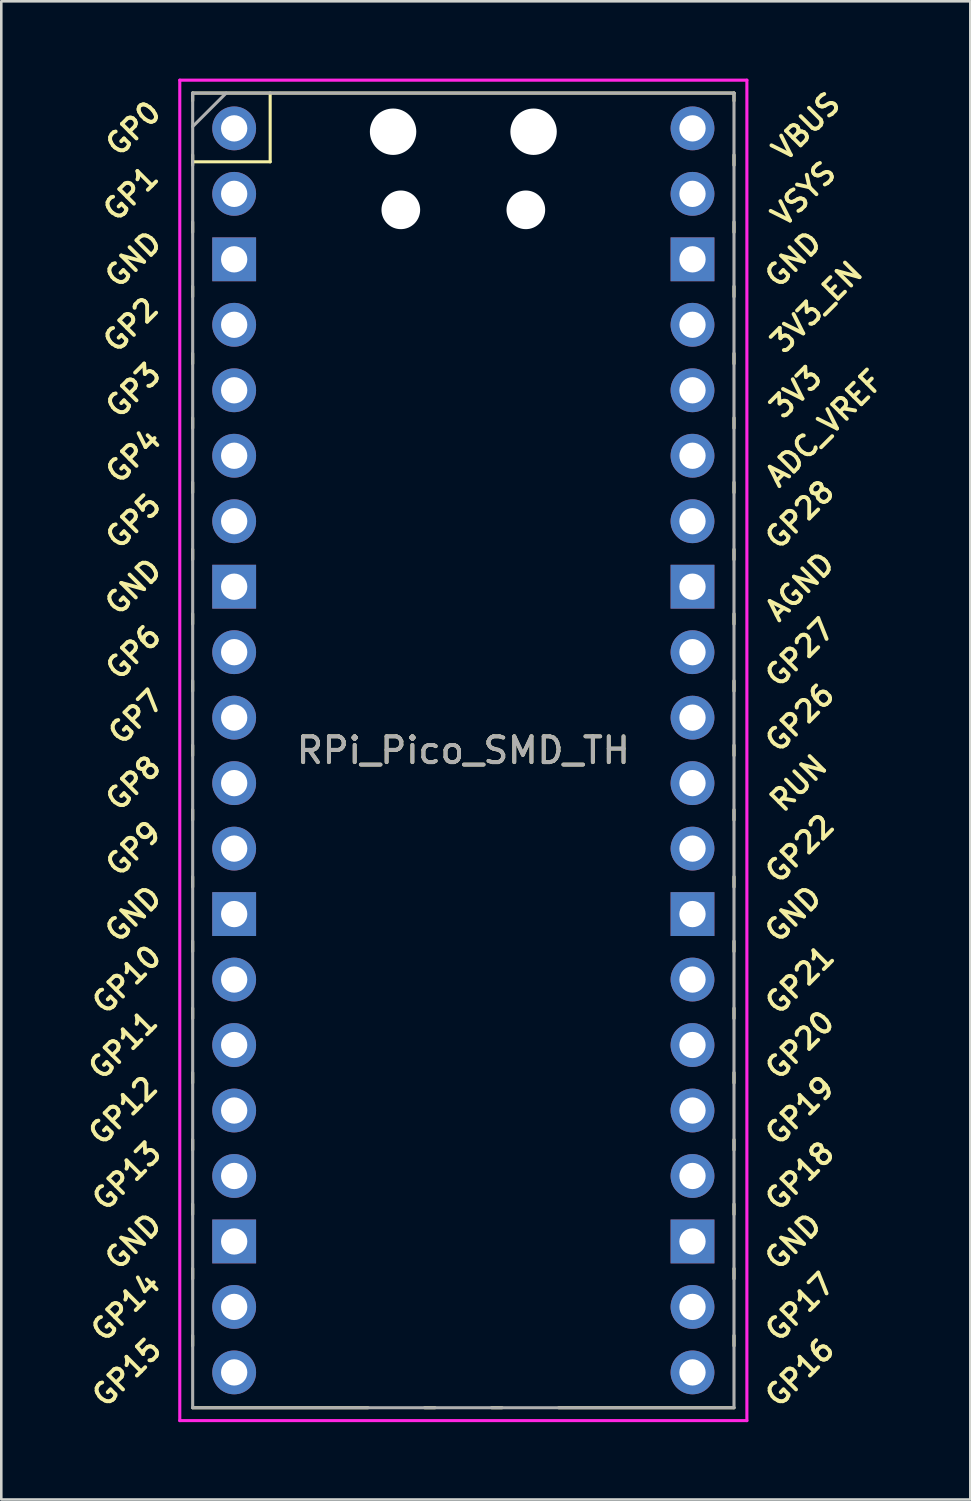
<source format=kicad_pcb>
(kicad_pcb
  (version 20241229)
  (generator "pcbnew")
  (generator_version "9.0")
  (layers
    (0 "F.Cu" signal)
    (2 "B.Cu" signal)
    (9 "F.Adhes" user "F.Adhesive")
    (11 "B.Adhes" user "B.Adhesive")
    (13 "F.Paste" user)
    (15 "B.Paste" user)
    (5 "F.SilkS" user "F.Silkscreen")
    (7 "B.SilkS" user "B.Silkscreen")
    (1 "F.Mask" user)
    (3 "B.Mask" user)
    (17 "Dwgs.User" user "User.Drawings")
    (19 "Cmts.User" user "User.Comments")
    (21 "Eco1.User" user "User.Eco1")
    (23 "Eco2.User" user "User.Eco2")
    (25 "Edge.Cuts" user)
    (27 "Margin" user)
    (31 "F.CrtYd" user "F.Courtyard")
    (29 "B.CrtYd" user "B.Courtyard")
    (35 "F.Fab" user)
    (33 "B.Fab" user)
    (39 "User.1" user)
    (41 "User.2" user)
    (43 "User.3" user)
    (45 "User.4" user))
  (footprint "RPi_Pico_SMD_TH"
    (layer "F.Cu")
    (at 14.924 26.06)
    (property "Reference" "RPi_Pico_SMD_TH" (at 0 0 0) (layer "F.SilkS") (effects (font (size 1 1) (thickness 0.15))))
    (attr through_hole)
    (fp_line (start -10.5 -25.5) (end -10.5 -25.2) (stroke (width 0.12) (type solid)) (layer "F.SilkS"))
    (fp_line (start -10.5 -25.5) (end 10.5 -25.5) (stroke (width 0.12) (type solid)) (layer "F.SilkS"))
    (fp_line (start -10.5 -23.1) (end -10.5 -22.7) (stroke (width 0.12) (type solid)) (layer "F.SilkS"))
    (fp_line (start -10.5 -22.833) (end -7.493 -22.833) (stroke (width 0.12) (type solid)) (layer "F.SilkS"))
    (fp_line (start -10.5 -20.5) (end -10.5 -20.1) (stroke (width 0.12) (type solid)) (layer "F.SilkS"))
    (fp_line (start -10.5 -18) (end -10.5 -17.6) (stroke (width 0.12) (type solid)) (layer "F.SilkS"))
    (fp_line (start -10.5 -15.4) (end -10.5 -15) (stroke (width 0.12) (type solid)) (layer "F.SilkS"))
    (fp_line (start -10.5 -12.9) (end -10.5 -12.5) (stroke (width 0.12) (type solid)) (layer "F.SilkS"))
    (fp_line (start -10.5 -10.4) (end -10.5 -10) (stroke (width 0.12) (type solid)) (layer "F.SilkS"))
    (fp_line (start -10.5 -7.8) (end -10.5 -7.4) (stroke (width 0.12) (type solid)) (layer "F.SilkS"))
    (fp_line (start -10.5 -5.3) (end -10.5 -4.9) (stroke (width 0.12) (type solid)) (layer "F.SilkS"))
    (fp_line (start -10.5 -2.7) (end -10.5 -2.3) (stroke (width 0.12) (type solid)) (layer "F.SilkS"))
    (fp_line (start -10.5 -0.2) (end -10.5 0.2) (stroke (width 0.12) (type solid)) (layer "F.SilkS"))
    (fp_line (start -10.5 2.3) (end -10.5 2.7) (stroke (width 0.12) (type solid)) (layer "F.SilkS"))
    (fp_line (start -10.5 4.9) (end -10.5 5.3) (stroke (width 0.12) (type solid)) (layer "F.SilkS"))
    (fp_line (start -10.5 7.4) (end -10.5 7.8) (stroke (width 0.12) (type solid)) (layer "F.SilkS"))
    (fp_line (start -10.5 10) (end -10.5 10.4) (stroke (width 0.12) (type solid)) (layer "F.SilkS"))
    (fp_line (start -10.5 12.5) (end -10.5 12.9) (stroke (width 0.12) (type solid)) (layer "F.SilkS"))
    (fp_line (start -10.5 15.1) (end -10.5 15.5) (stroke (width 0.12) (type solid)) (layer "F.SilkS"))
    (fp_line (start -10.5 17.6) (end -10.5 18) (stroke (width 0.12) (type solid)) (layer "F.SilkS"))
    (fp_line (start -10.5 20.1) (end -10.5 20.5) (stroke (width 0.12) (type solid)) (layer "F.SilkS"))
    (fp_line (start -10.5 22.7) (end -10.5 23.1) (stroke (width 0.12) (type solid)) (layer "F.SilkS"))
    (fp_line (start -7.493 -22.833) (end -7.493 -25.5) (stroke (width 0.12) (type solid)) (layer "F.SilkS"))
    (fp_line (start -3.7 25.5) (end -10.5 25.5) (stroke (width 0.12) (type solid)) (layer "F.SilkS"))
    (fp_line (start -1.5 25.5) (end -1.1 25.5) (stroke (width 0.12) (type solid)) (layer "F.SilkS"))
    (fp_line (start 1.1 25.5) (end 1.5 25.5) (stroke (width 0.12) (type solid)) (layer "F.SilkS"))
    (fp_line (start 10.5 -25.5) (end 10.5 -25.2) (stroke (width 0.12) (type solid)) (layer "F.SilkS"))
    (fp_line (start 10.5 -23.1) (end 10.5 -22.7) (stroke (width 0.12) (type solid)) (layer "F.SilkS"))
    (fp_line (start 10.5 -20.5) (end 10.5 -20.1) (stroke (width 0.12) (type solid)) (layer "F.SilkS"))
    (fp_line (start 10.5 -18) (end 10.5 -17.6) (stroke (width 0.12) (type solid)) (layer "F.SilkS"))
    (fp_line (start 10.5 -15.4) (end 10.5 -15) (stroke (width 0.12) (type solid)) (layer "F.SilkS"))
    (fp_line (start 10.5 -12.9) (end 10.5 -12.5) (stroke (width 0.12) (type solid)) (layer "F.SilkS"))
    (fp_line (start 10.5 -10.4) (end 10.5 -10) (stroke (width 0.12) (type solid)) (layer "F.SilkS"))
    (fp_line (start 10.5 -7.8) (end 10.5 -7.4) (stroke (width 0.12) (type solid)) (layer "F.SilkS"))
    (fp_line (start 10.5 -5.3) (end 10.5 -4.9) (stroke (width 0.12) (type solid)) (layer "F.SilkS"))
    (fp_line (start 10.5 -2.7) (end 10.5 -2.3) (stroke (width 0.12) (type solid)) (layer "F.SilkS"))
    (fp_line (start 10.5 -0.2) (end 10.5 0.2) (stroke (width 0.12) (type solid)) (layer "F.SilkS"))
    (fp_line (start 10.5 2.3) (end 10.5 2.7) (stroke (width 0.12) (type solid)) (layer "F.SilkS"))
    (fp_line (start 10.5 4.9) (end 10.5 5.3) (stroke (width 0.12) (type solid)) (layer "F.SilkS"))
    (fp_line (start 10.5 7.4) (end 10.5 7.8) (stroke (width 0.12) (type solid)) (layer "F.SilkS"))
    (fp_line (start 10.5 10) (end 10.5 10.4) (stroke (width 0.12) (type solid)) (layer "F.SilkS"))
    (fp_line (start 10.5 12.5) (end 10.5 12.9) (stroke (width 0.12) (type solid)) (layer "F.SilkS"))
    (fp_line (start 10.5 15.1) (end 10.5 15.5) (stroke (width 0.12) (type solid)) (layer "F.SilkS"))
    (fp_line (start 10.5 17.6) (end 10.5 18) (stroke (width 0.12) (type solid)) (layer "F.SilkS"))
    (fp_line (start 10.5 20.1) (end 10.5 20.5) (stroke (width 0.12) (type solid)) (layer "F.SilkS"))
    (fp_line (start 10.5 22.7) (end 10.5 23.1) (stroke (width 0.12) (type solid)) (layer "F.SilkS"))
    (fp_line (start 10.5 25.5) (end 3.7 25.5) (stroke (width 0.12) (type solid)) (layer "F.SilkS"))
    (fp_line (start -11 -26) (end 11 -26) (stroke (width 0.12) (type solid)) (layer "F.CrtYd"))
    (fp_line (start -11 26) (end -11 -26) (stroke (width 0.12) (type solid)) (layer "F.CrtYd"))
    (fp_line (start 11 -26) (end 11 26) (stroke (width 0.12) (type solid)) (layer "F.CrtYd"))
    (fp_line (start 11 26) (end -11 26) (stroke (width 0.12) (type solid)) (layer "F.CrtYd"))
    (fp_line (start -10.5 -25.5) (end 10.5 -25.5) (stroke (width 0.12) (type solid)) (layer "F.Fab"))
    (fp_line (start -10.5 -24.2) (end -9.2 -25.5) (stroke (width 0.12) (type solid)) (layer "F.Fab"))
    (fp_line (start -10.5 25.5) (end -10.5 -25.5) (stroke (width 0.12) (type solid)) (layer "F.Fab"))
    (fp_line (start 10.5 -25.5) (end 10.5 25.5) (stroke (width 0.12) (type solid)) (layer "F.Fab"))
    (fp_line (start 10.5 25.5) (end -10.5 25.5) (stroke (width 0.12) (type solid)) (layer "F.Fab"))
    (fp_text user "GND" (at -12.8 19.05 45) (layer "F.SilkS") (effects (font (size 0.8 0.8) (thickness 0.15))))
    (fp_text user "GP10" (at -13.054 8.89 45) (layer "F.SilkS") (effects (font (size 0.8 0.8) (thickness 0.15))))
    (fp_text user "GP6" (at -12.8 -3.81 45) (layer "F.SilkS") (effects (font (size 0.8 0.8) (thickness 0.15))))
    (fp_text user "GP18" (at 13.054 16.51 45) (layer "F.SilkS") (effects (font (size 0.8 0.8) (thickness 0.15))))
    (fp_text user "GP28" (at 13.054 -9.144 45) (layer "F.SilkS") (effects (font (size 0.8 0.8) (thickness 0.15))))
    (fp_text user "GND" (at 12.8 19.05 45) (layer "F.SilkS") (effects (font (size 0.8 0.8) (thickness 0.15))))
    (fp_text user "GP11" (at -13.2 11.43 45) (layer "F.SilkS") (effects (font (size 0.8 0.8) (thickness 0.15))))
    (fp_text user "GP15" (at -13.054 24.13 45) (layer "F.SilkS") (effects (font (size 0.8 0.8) (thickness 0.15))))
    (fp_text user "VSYS" (at 13.2 -21.59 45) (layer "F.SilkS") (effects (font (size 0.8 0.8) (thickness 0.15))))
    (fp_text user "GP21" (at 13.054 8.9 45) (layer "F.SilkS") (effects (font (size 0.8 0.8) (thickness 0.15))))
    (fp_text user "GP8" (at -12.8 1.27 45) (layer "F.SilkS") (effects (font (size 0.8 0.8) (thickness 0.15))))
    (fp_text user "GND" (at -12.8 -19.05 45) (layer "F.SilkS") (effects (font (size 0.8 0.8) (thickness 0.15))))
    (fp_text user "AGND" (at 13.054 -6.35 45) (layer "F.SilkS") (effects (font (size 0.8 0.8) (thickness 0.15))))
    (fp_text user "3V3_EN" (at 13.7 -17.2 45) (layer "F.SilkS") (effects (font (size 0.8 0.8) (thickness 0.15))))
    (fp_text user "GP20" (at 13.054 11.43 45) (layer "F.SilkS") (effects (font (size 0.8 0.8) (thickness 0.15))))
    (fp_text user "ADC_VREF" (at 14 -12.5 45) (layer "F.SilkS") (effects (font (size 0.8 0.8) (thickness 0.15))))
    (fp_text user "GP13" (at -13.054 16.51 45) (layer "F.SilkS") (effects (font (size 0.8 0.8) (thickness 0.15))))
    (fp_text user "RUN" (at 13 1.27 45) (layer "F.SilkS") (effects (font (size 0.8 0.8) (thickness 0.15))))
    (fp_text user "GND" (at -12.8 6.35 45) (layer "F.SilkS") (effects (font (size 0.8 0.8) (thickness 0.15))))
    (fp_text user "GND" (at 12.8 -19.05 45) (layer "F.SilkS") (effects (font (size 0.8 0.8) (thickness 0.15))))
    (fp_text user "GP7" (at -12.7 -1.3 45) (layer "F.SilkS") (effects (font (size 0.8 0.8) (thickness 0.15))))
    (fp_text user "GP19" (at 13.054 13.97 45) (layer "F.SilkS") (effects (font (size 0.8 0.8) (thickness 0.15))))
    (fp_text user "GP26" (at 13.054 -1.27 45) (layer "F.SilkS") (effects (font (size 0.8 0.8) (thickness 0.15))))
    (fp_text user "GP17" (at 13.054 21.59 45) (layer "F.SilkS") (effects (font (size 0.8 0.8) (thickness 0.15))))
    (fp_text user "GP14" (at -13.1 21.59 45) (layer "F.SilkS") (effects (font (size 0.8 0.8) (thickness 0.15))))
    (fp_text user "GP3" (at -12.8 -13.97 45) (layer "F.SilkS") (effects (font (size 0.8 0.8) (thickness 0.15))))
    (fp_text user "GND" (at 12.8 6.35 45) (layer "F.SilkS") (effects (font (size 0.8 0.8) (thickness 0.15))))
    (fp_text user "GP9" (at -12.8 3.81 45) (layer "F.SilkS") (effects (font (size 0.8 0.8) (thickness 0.15))))
    (fp_text user "VBUS" (at 13.3 -24.2 45) (layer "F.SilkS") (effects (font (size 0.8 0.8) (thickness 0.15))))
    (fp_text user "GP22" (at 13.054 3.81 45) (layer "F.SilkS") (effects (font (size 0.8 0.8) (thickness 0.15))))
    (fp_text user "GND" (at -12.8 -6.35 45) (layer "F.SilkS") (effects (font (size 0.8 0.8) (thickness 0.15))))
    (fp_text user "GP4" (at -12.8 -11.43 45) (layer "F.SilkS") (effects (font (size 0.8 0.8) (thickness 0.15))))
    (fp_text user "GP16" (at 13.054 24.13 45) (layer "F.SilkS") (effects (font (size 0.8 0.8) (thickness 0.15))))
    (fp_text user "GP1" (at -12.9 -21.6 45) (layer "F.SilkS") (effects (font (size 0.8 0.8) (thickness 0.15))))
    (fp_text user "GP0" (at -12.8 -24.13 45) (layer "F.SilkS") (effects (font (size 0.8 0.8) (thickness 0.15))))
    (fp_text user "GP5" (at -12.8 -8.89 45) (layer "F.SilkS") (effects (font (size 0.8 0.8) (thickness 0.15))))
    (fp_text user "GP2" (at -12.9 -16.51 45) (layer "F.SilkS") (effects (font (size 0.8 0.8) (thickness 0.15))))
    (fp_text user "3V3" (at 12.9 -13.9 45) (layer "F.SilkS") (effects (font (size 0.8 0.8) (thickness 0.15))))
    (fp_text user "GP12" (at -13.2 13.97 45) (layer "F.SilkS") (effects (font (size 0.8 0.8) (thickness 0.15))))
    (fp_text user "GP27" (at 13.054 -3.8 45) (layer "F.SilkS") (effects (font (size 0.8 0.8) (thickness 0.15))))
    (fp_text user "${REFERENCE}" (at 0 0 0) (layer "F.Fab") (effects (font (size 1 1) (thickness 0.15))))
    (pad "" np_thru_hole oval (at -2.725 -24) (size 1.8 1.8) (drill 1.8) (layers "*.Cu" "*.Mask"))
    (pad "" np_thru_hole oval (at -2.425 -20.97) (size 1.5 1.5) (drill 1.5) (layers "*.Cu" "*.Mask"))
    (pad "" np_thru_hole oval (at 2.425 -20.97) (size 1.5 1.5) (drill 1.5) (layers "*.Cu" "*.Mask"))
    (pad "" np_thru_hole oval (at 2.725 -24) (size 1.8 1.8) (drill 1.8) (layers "*.Cu" "*.Mask"))
    (pad "1" thru_hole oval (at -8.89 -24.13) (size 1.7 1.7) (drill 1.02) (layers "*.Cu" "*.Mask"))
    (pad "2" thru_hole oval (at -8.89 -21.59) (size 1.7 1.7) (drill 1.02) (layers "*.Cu" "*.Mask"))
    (pad "3" thru_hole rect (at -8.89 -19.05) (size 1.7 1.7) (drill 1.02) (layers "*.Cu" "*.Mask"))
    (pad "4" thru_hole oval (at -8.89 -16.51) (size 1.7 1.7) (drill 1.02) (layers "*.Cu" "*.Mask"))
    (pad "5" thru_hole oval (at -8.89 -13.97) (size 1.7 1.7) (drill 1.02) (layers "*.Cu" "*.Mask"))
    (pad "6" thru_hole oval (at -8.89 -11.43) (size 1.7 1.7) (drill 1.02) (layers "*.Cu" "*.Mask"))
    (pad "7" thru_hole oval (at -8.89 -8.89) (size 1.7 1.7) (drill 1.02) (layers "*.Cu" "*.Mask"))
    (pad "8" thru_hole rect (at -8.89 -6.35) (size 1.7 1.7) (drill 1.02) (layers "*.Cu" "*.Mask"))
    (pad "9" thru_hole oval (at -8.89 -3.81) (size 1.7 1.7) (drill 1.02) (layers "*.Cu" "*.Mask"))
    (pad "10" thru_hole oval (at -8.89 -1.27) (size 1.7 1.7) (drill 1.02) (layers "*.Cu" "*.Mask"))
    (pad "11" thru_hole oval (at -8.89 1.27) (size 1.7 1.7) (drill 1.02) (layers "*.Cu" "*.Mask"))
    (pad "12" thru_hole oval (at -8.89 3.81) (size 1.7 1.7) (drill 1.02) (layers "*.Cu" "*.Mask"))
    (pad "13" thru_hole rect (at -8.89 6.35) (size 1.7 1.7) (drill 1.02) (layers "*.Cu" "*.Mask"))
    (pad "14" thru_hole oval (at -8.89 8.89) (size 1.7 1.7) (drill 1.02) (layers "*.Cu" "*.Mask"))
    (pad "15" thru_hole oval (at -8.89 11.43) (size 1.7 1.7) (drill 1.02) (layers "*.Cu" "*.Mask"))
    (pad "16" thru_hole oval (at -8.89 13.97) (size 1.7 1.7) (drill 1.02) (layers "*.Cu" "*.Mask"))
    (pad "17" thru_hole oval (at -8.89 16.51) (size 1.7 1.7) (drill 1.02) (layers "*.Cu" "*.Mask"))
    (pad "18" thru_hole rect (at -8.89 19.05) (size 1.7 1.7) (drill 1.02) (layers "*.Cu" "*.Mask"))
    (pad "19" thru_hole oval (at -8.89 21.59) (size 1.7 1.7) (drill 1.02) (layers "*.Cu" "*.Mask"))
    (pad "20" thru_hole oval (at -8.89 24.13) (size 1.7 1.7) (drill 1.02) (layers "*.Cu" "*.Mask"))
    (pad "21" thru_hole oval (at 8.89 24.13) (size 1.7 1.7) (drill 1.02) (layers "*.Cu" "*.Mask"))
    (pad "22" thru_hole oval (at 8.89 21.59) (size 1.7 1.7) (drill 1.02) (layers "*.Cu" "*.Mask"))
    (pad "23" thru_hole rect (at 8.89 19.05) (size 1.7 1.7) (drill 1.02) (layers "*.Cu" "*.Mask"))
    (pad "24" thru_hole oval (at 8.89 16.51) (size 1.7 1.7) (drill 1.02) (layers "*.Cu" "*.Mask"))
    (pad "25" thru_hole oval (at 8.89 13.97) (size 1.7 1.7) (drill 1.02) (layers "*.Cu" "*.Mask"))
    (pad "26" thru_hole oval (at 8.89 11.43) (size 1.7 1.7) (drill 1.02) (layers "*.Cu" "*.Mask"))
    (pad "27" thru_hole oval (at 8.89 8.89) (size 1.7 1.7) (drill 1.02) (layers "*.Cu" "*.Mask"))
    (pad "28" thru_hole rect (at 8.89 6.35) (size 1.7 1.7) (drill 1.02) (layers "*.Cu" "*.Mask"))
    (pad "29" thru_hole oval (at 8.89 3.81) (size 1.7 1.7) (drill 1.02) (layers "*.Cu" "*.Mask"))
    (pad "30" thru_hole oval (at 8.89 1.27) (size 1.7 1.7) (drill 1.02) (layers "*.Cu" "*.Mask"))
    (pad "31" thru_hole oval (at 8.89 -1.27) (size 1.7 1.7) (drill 1.02) (layers "*.Cu" "*.Mask"))
    (pad "32" thru_hole oval (at 8.89 -3.81) (size 1.7 1.7) (drill 1.02) (layers "*.Cu" "*.Mask"))
    (pad "33" thru_hole rect (at 8.89 -6.35) (size 1.7 1.7) (drill 1.02) (layers "*.Cu" "*.Mask"))
    (pad "34" thru_hole oval (at 8.89 -8.89) (size 1.7 1.7) (drill 1.02) (layers "*.Cu" "*.Mask"))
    (pad "35" thru_hole oval (at 8.89 -11.43) (size 1.7 1.7) (drill 1.02) (layers "*.Cu" "*.Mask"))
    (pad "36" thru_hole oval (at 8.89 -13.97) (size 1.7 1.7) (drill 1.02) (layers "*.Cu" "*.Mask"))
    (pad "37" thru_hole oval (at 8.89 -16.51) (size 1.7 1.7) (drill 1.02) (layers "*.Cu" "*.Mask"))
    (pad "38" thru_hole rect (at 8.89 -19.05) (size 1.7 1.7) (drill 1.02) (layers "*.Cu" "*.Mask"))
    (pad "39" thru_hole oval (at 8.89 -21.59) (size 1.7 1.7) (drill 1.02) (layers "*.Cu" "*.Mask"))
    (pad "40" thru_hole oval (at 8.89 -24.13) (size 1.7 1.7) (drill 1.02) (layers "*.Cu" "*.Mask")))
  (gr_rect
    (start -3 -3)
    (end 34.591 55.12)
    (stroke (width 0.1) (type default))
    (fill no)
    (layer "Edge.Cuts")))
</source>
